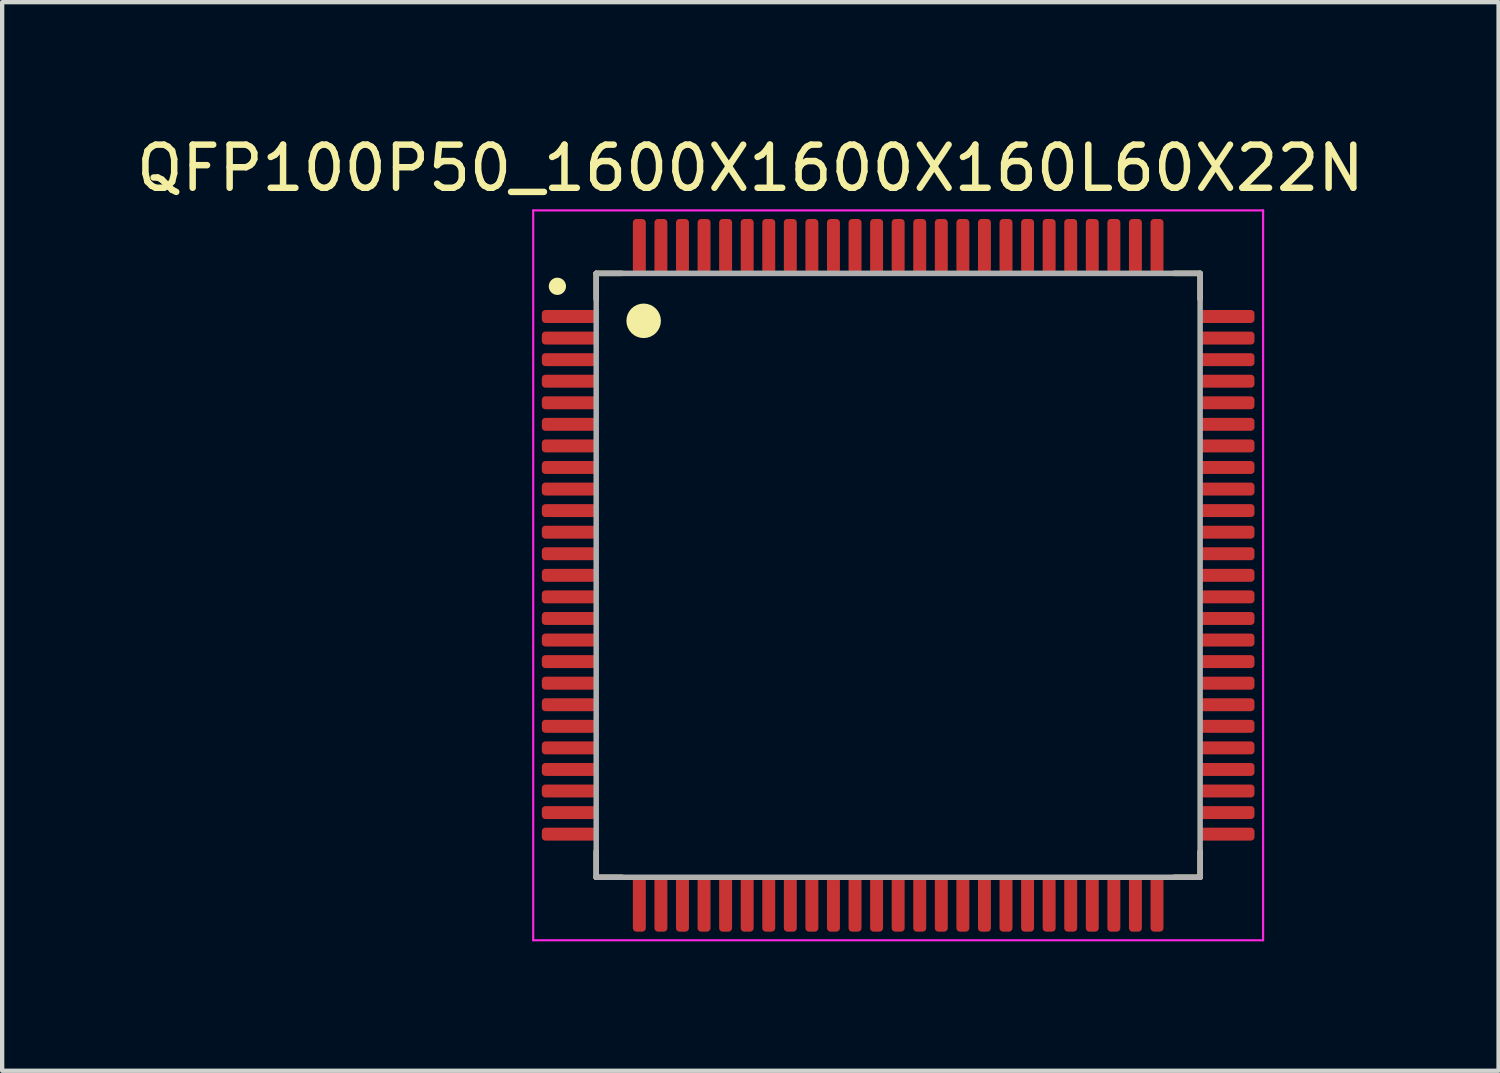
<source format=kicad_pcb>
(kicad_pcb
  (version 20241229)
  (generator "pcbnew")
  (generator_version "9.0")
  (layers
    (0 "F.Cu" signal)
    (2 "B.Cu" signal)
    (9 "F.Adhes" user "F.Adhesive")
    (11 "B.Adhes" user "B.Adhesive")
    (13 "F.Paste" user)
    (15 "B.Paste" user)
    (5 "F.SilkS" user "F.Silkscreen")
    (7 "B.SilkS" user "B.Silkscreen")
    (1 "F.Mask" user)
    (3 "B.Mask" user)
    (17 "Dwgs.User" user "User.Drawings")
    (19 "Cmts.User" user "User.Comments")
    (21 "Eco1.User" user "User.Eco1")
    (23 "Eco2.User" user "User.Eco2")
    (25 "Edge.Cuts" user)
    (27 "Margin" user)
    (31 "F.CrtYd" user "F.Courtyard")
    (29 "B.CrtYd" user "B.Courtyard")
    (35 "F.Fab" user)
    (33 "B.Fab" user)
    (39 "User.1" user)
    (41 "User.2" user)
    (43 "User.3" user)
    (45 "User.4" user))
  (footprint "QFP100P50_1600X1600X160L60X22N"
    (layer "F.Cu")
    (at 17.771 10.287)
    (property "Reference" "QFP100P50_1600X1600X160L60X22N" (at -3.426 -9.439 0) (layer "F.SilkS") (effects (font (size 1 1) (thickness 0.15))))
    (attr smd)
    (fp_line (start -7 -7) (end -7 -6.4) (stroke (width 0.127) (type solid)) (layer "F.SilkS"))
    (fp_line (start -7 6.4) (end -7 7) (stroke (width 0.127) (type solid)) (layer "F.SilkS"))
    (fp_line (start -7 7) (end -6.4 7) (stroke (width 0.127) (type solid)) (layer "F.SilkS"))
    (fp_line (start -6.4 -7) (end -7 -7) (stroke (width 0.127) (type solid)) (layer "F.SilkS"))
    (fp_line (start 6.4 -7) (end 7 -7) (stroke (width 0.127) (type solid)) (layer "F.SilkS"))
    (fp_line (start 7 -7) (end 7 -6.4) (stroke (width 0.127) (type solid)) (layer "F.SilkS"))
    (fp_line (start 7 6.4) (end 7 7) (stroke (width 0.127) (type solid)) (layer "F.SilkS"))
    (fp_line (start 7 7) (end 6.4 7) (stroke (width 0.127) (type solid)) (layer "F.SilkS"))
    (fp_circle (center -7.9 -6.7) (end -7.8 -6.7) (stroke (width 0.2) (type solid)) (fill no) (layer "F.SilkS"))
    (fp_circle (center -5.9 -5.9) (end -5.7 -5.9) (stroke (width 0.4) (type solid)) (fill no) (layer "F.SilkS"))
    (fp_line (start -8.46 -8.46) (end 8.46 -8.46) (stroke (width 0.05) (type solid)) (layer "F.CrtYd"))
    (fp_line (start -8.46 8.46) (end -8.46 -8.46) (stroke (width 0.05) (type solid)) (layer "F.CrtYd"))
    (fp_line (start 8.46 -8.46) (end 8.46 8.46) (stroke (width 0.05) (type solid)) (layer "F.CrtYd"))
    (fp_line (start 8.46 8.46) (end -8.46 8.46) (stroke (width 0.05) (type solid)) (layer "F.CrtYd"))
    (fp_line (start -7 -7) (end 7 -7) (stroke (width 0.127) (type solid)) (layer "F.Fab"))
    (fp_line (start -7 7) (end -7 -7) (stroke (width 0.127) (type solid)) (layer "F.Fab"))
    (fp_line (start 7 -7) (end 7 7) (stroke (width 0.127) (type solid)) (layer "F.Fab"))
    (fp_line (start 7 7) (end -7 7) (stroke (width 0.127) (type solid)) (layer "F.Fab"))
    (pad "1" smd roundrect (at -7.63 -6) (size 1.26 0.3) (layers "F.Cu" "F.Mask" "F.Paste") (roundrect_rratio 0.27))
    (pad "2" smd roundrect (at -7.63 -5.5) (size 1.26 0.3) (layers "F.Cu" "F.Mask" "F.Paste") (roundrect_rratio 0.27))
    (pad "3" smd roundrect (at -7.63 -5) (size 1.26 0.3) (layers "F.Cu" "F.Mask" "F.Paste") (roundrect_rratio 0.27))
    (pad "4" smd roundrect (at -7.63 -4.5) (size 1.26 0.3) (layers "F.Cu" "F.Mask" "F.Paste") (roundrect_rratio 0.27))
    (pad "5" smd roundrect (at -7.63 -4) (size 1.26 0.3) (layers "F.Cu" "F.Mask" "F.Paste") (roundrect_rratio 0.27))
    (pad "6" smd roundrect (at -7.63 -3.5) (size 1.26 0.3) (layers "F.Cu" "F.Mask" "F.Paste") (roundrect_rratio 0.27))
    (pad "7" smd roundrect (at -7.63 -3) (size 1.26 0.3) (layers "F.Cu" "F.Mask" "F.Paste") (roundrect_rratio 0.27))
    (pad "8" smd roundrect (at -7.63 -2.5) (size 1.26 0.3) (layers "F.Cu" "F.Mask" "F.Paste") (roundrect_rratio 0.27))
    (pad "9" smd roundrect (at -7.63 -2) (size 1.26 0.3) (layers "F.Cu" "F.Mask" "F.Paste") (roundrect_rratio 0.27))
    (pad "10" smd roundrect (at -7.63 -1.5) (size 1.26 0.3) (layers "F.Cu" "F.Mask" "F.Paste") (roundrect_rratio 0.27))
    (pad "11" smd roundrect (at -7.63 -1) (size 1.26 0.3) (layers "F.Cu" "F.Mask" "F.Paste") (roundrect_rratio 0.27))
    (pad "12" smd roundrect (at -7.63 -0.5) (size 1.26 0.3) (layers "F.Cu" "F.Mask" "F.Paste") (roundrect_rratio 0.27))
    (pad "13" smd roundrect (at -7.63 0) (size 1.26 0.3) (layers "F.Cu" "F.Mask" "F.Paste") (roundrect_rratio 0.27))
    (pad "14" smd roundrect (at -7.63 0.5) (size 1.26 0.3) (layers "F.Cu" "F.Mask" "F.Paste") (roundrect_rratio 0.27))
    (pad "15" smd roundrect (at -7.63 1) (size 1.26 0.3) (layers "F.Cu" "F.Mask" "F.Paste") (roundrect_rratio 0.27))
    (pad "16" smd roundrect (at -7.63 1.5) (size 1.26 0.3) (layers "F.Cu" "F.Mask" "F.Paste") (roundrect_rratio 0.27))
    (pad "17" smd roundrect (at -7.63 2) (size 1.26 0.3) (layers "F.Cu" "F.Mask" "F.Paste") (roundrect_rratio 0.27))
    (pad "18" smd roundrect (at -7.63 2.5) (size 1.26 0.3) (layers "F.Cu" "F.Mask" "F.Paste") (roundrect_rratio 0.27))
    (pad "19" smd roundrect (at -7.63 3) (size 1.26 0.3) (layers "F.Cu" "F.Mask" "F.Paste") (roundrect_rratio 0.27))
    (pad "20" smd roundrect (at -7.63 3.5) (size 1.26 0.3) (layers "F.Cu" "F.Mask" "F.Paste") (roundrect_rratio 0.27))
    (pad "21" smd roundrect (at -7.63 4) (size 1.26 0.3) (layers "F.Cu" "F.Mask" "F.Paste") (roundrect_rratio 0.27))
    (pad "22" smd roundrect (at -7.63 4.5) (size 1.26 0.3) (layers "F.Cu" "F.Mask" "F.Paste") (roundrect_rratio 0.27))
    (pad "23" smd roundrect (at -7.63 5) (size 1.26 0.3) (layers "F.Cu" "F.Mask" "F.Paste") (roundrect_rratio 0.27))
    (pad "24" smd roundrect (at -7.63 5.5) (size 1.26 0.3) (layers "F.Cu" "F.Mask" "F.Paste") (roundrect_rratio 0.27))
    (pad "25" smd roundrect (at -7.63 6) (size 1.26 0.3) (layers "F.Cu" "F.Mask" "F.Paste") (roundrect_rratio 0.27))
    (pad "26" smd roundrect (at -6 7.63) (size 0.3 1.26) (layers "F.Cu" "F.Mask" "F.Paste") (roundrect_rratio 0.27))
    (pad "27" smd roundrect (at -5.5 7.63) (size 0.3 1.26) (layers "F.Cu" "F.Mask" "F.Paste") (roundrect_rratio 0.27))
    (pad "28" smd roundrect (at -5 7.63) (size 0.3 1.26) (layers "F.Cu" "F.Mask" "F.Paste") (roundrect_rratio 0.27))
    (pad "29" smd roundrect (at -4.5 7.63) (size 0.3 1.26) (layers "F.Cu" "F.Mask" "F.Paste") (roundrect_rratio 0.27))
    (pad "30" smd roundrect (at -4 7.63) (size 0.3 1.26) (layers "F.Cu" "F.Mask" "F.Paste") (roundrect_rratio 0.27))
    (pad "31" smd roundrect (at -3.5 7.63) (size 0.3 1.26) (layers "F.Cu" "F.Mask" "F.Paste") (roundrect_rratio 0.27))
    (pad "32" smd roundrect (at -3 7.63) (size 0.3 1.26) (layers "F.Cu" "F.Mask" "F.Paste") (roundrect_rratio 0.27))
    (pad "33" smd roundrect (at -2.5 7.63) (size 0.3 1.26) (layers "F.Cu" "F.Mask" "F.Paste") (roundrect_rratio 0.27))
    (pad "34" smd roundrect (at -2 7.63) (size 0.3 1.26) (layers "F.Cu" "F.Mask" "F.Paste") (roundrect_rratio 0.27))
    (pad "35" smd roundrect (at -1.5 7.63) (size 0.3 1.26) (layers "F.Cu" "F.Mask" "F.Paste") (roundrect_rratio 0.27))
    (pad "36" smd roundrect (at -1 7.63) (size 0.3 1.26) (layers "F.Cu" "F.Mask" "F.Paste") (roundrect_rratio 0.27))
    (pad "37" smd roundrect (at -0.5 7.63) (size 0.3 1.26) (layers "F.Cu" "F.Mask" "F.Paste") (roundrect_rratio 0.27))
    (pad "38" smd roundrect (at 0 7.63) (size 0.3 1.26) (layers "F.Cu" "F.Mask" "F.Paste") (roundrect_rratio 0.27))
    (pad "39" smd roundrect (at 0.5 7.63) (size 0.3 1.26) (layers "F.Cu" "F.Mask" "F.Paste") (roundrect_rratio 0.27))
    (pad "40" smd roundrect (at 1 7.63) (size 0.3 1.26) (layers "F.Cu" "F.Mask" "F.Paste") (roundrect_rratio 0.27))
    (pad "41" smd roundrect (at 1.5 7.63) (size 0.3 1.26) (layers "F.Cu" "F.Mask" "F.Paste") (roundrect_rratio 0.27))
    (pad "42" smd roundrect (at 2 7.63) (size 0.3 1.26) (layers "F.Cu" "F.Mask" "F.Paste") (roundrect_rratio 0.27))
    (pad "43" smd roundrect (at 2.5 7.63) (size 0.3 1.26) (layers "F.Cu" "F.Mask" "F.Paste") (roundrect_rratio 0.27))
    (pad "44" smd roundrect (at 3 7.63) (size 0.3 1.26) (layers "F.Cu" "F.Mask" "F.Paste") (roundrect_rratio 0.27))
    (pad "45" smd roundrect (at 3.5 7.63) (size 0.3 1.26) (layers "F.Cu" "F.Mask" "F.Paste") (roundrect_rratio 0.27))
    (pad "46" smd roundrect (at 4 7.63) (size 0.3 1.26) (layers "F.Cu" "F.Mask" "F.Paste") (roundrect_rratio 0.27))
    (pad "47" smd roundrect (at 4.5 7.63) (size 0.3 1.26) (layers "F.Cu" "F.Mask" "F.Paste") (roundrect_rratio 0.27))
    (pad "48" smd roundrect (at 5 7.63) (size 0.3 1.26) (layers "F.Cu" "F.Mask" "F.Paste") (roundrect_rratio 0.27))
    (pad "49" smd roundrect (at 5.5 7.63) (size 0.3 1.26) (layers "F.Cu" "F.Mask" "F.Paste") (roundrect_rratio 0.27))
    (pad "50" smd roundrect (at 6 7.63) (size 0.3 1.26) (layers "F.Cu" "F.Mask" "F.Paste") (roundrect_rratio 0.27))
    (pad "51" smd roundrect (at 7.63 6) (size 1.26 0.3) (layers "F.Cu" "F.Mask" "F.Paste") (roundrect_rratio 0.27))
    (pad "52" smd roundrect (at 7.63 5.5) (size 1.26 0.3) (layers "F.Cu" "F.Mask" "F.Paste") (roundrect_rratio 0.27))
    (pad "53" smd roundrect (at 7.63 5) (size 1.26 0.3) (layers "F.Cu" "F.Mask" "F.Paste") (roundrect_rratio 0.27))
    (pad "54" smd roundrect (at 7.63 4.5) (size 1.26 0.3) (layers "F.Cu" "F.Mask" "F.Paste") (roundrect_rratio 0.27))
    (pad "55" smd roundrect (at 7.63 4) (size 1.26 0.3) (layers "F.Cu" "F.Mask" "F.Paste") (roundrect_rratio 0.27))
    (pad "56" smd roundrect (at 7.63 3.5) (size 1.26 0.3) (layers "F.Cu" "F.Mask" "F.Paste") (roundrect_rratio 0.27))
    (pad "57" smd roundrect (at 7.63 3) (size 1.26 0.3) (layers "F.Cu" "F.Mask" "F.Paste") (roundrect_rratio 0.27))
    (pad "58" smd roundrect (at 7.63 2.5) (size 1.26 0.3) (layers "F.Cu" "F.Mask" "F.Paste") (roundrect_rratio 0.27))
    (pad "59" smd roundrect (at 7.63 2) (size 1.26 0.3) (layers "F.Cu" "F.Mask" "F.Paste") (roundrect_rratio 0.27))
    (pad "60" smd roundrect (at 7.63 1.5) (size 1.26 0.3) (layers "F.Cu" "F.Mask" "F.Paste") (roundrect_rratio 0.27))
    (pad "61" smd roundrect (at 7.63 1) (size 1.26 0.3) (layers "F.Cu" "F.Mask" "F.Paste") (roundrect_rratio 0.27))
    (pad "62" smd roundrect (at 7.63 0.5) (size 1.26 0.3) (layers "F.Cu" "F.Mask" "F.Paste") (roundrect_rratio 0.27))
    (pad "63" smd roundrect (at 7.63 0) (size 1.26 0.3) (layers "F.Cu" "F.Mask" "F.Paste") (roundrect_rratio 0.27))
    (pad "64" smd roundrect (at 7.63 -0.5) (size 1.26 0.3) (layers "F.Cu" "F.Mask" "F.Paste") (roundrect_rratio 0.27))
    (pad "65" smd roundrect (at 7.63 -1) (size 1.26 0.3) (layers "F.Cu" "F.Mask" "F.Paste") (roundrect_rratio 0.27))
    (pad "66" smd roundrect (at 7.63 -1.5) (size 1.26 0.3) (layers "F.Cu" "F.Mask" "F.Paste") (roundrect_rratio 0.27))
    (pad "67" smd roundrect (at 7.63 -2) (size 1.26 0.3) (layers "F.Cu" "F.Mask" "F.Paste") (roundrect_rratio 0.27))
    (pad "68" smd roundrect (at 7.63 -2.5) (size 1.26 0.3) (layers "F.Cu" "F.Mask" "F.Paste") (roundrect_rratio 0.27))
    (pad "69" smd roundrect (at 7.63 -3) (size 1.26 0.3) (layers "F.Cu" "F.Mask" "F.Paste") (roundrect_rratio 0.27))
    (pad "70" smd roundrect (at 7.63 -3.5) (size 1.26 0.3) (layers "F.Cu" "F.Mask" "F.Paste") (roundrect_rratio 0.27))
    (pad "71" smd roundrect (at 7.63 -4) (size 1.26 0.3) (layers "F.Cu" "F.Mask" "F.Paste") (roundrect_rratio 0.27))
    (pad "72" smd roundrect (at 7.63 -4.5) (size 1.26 0.3) (layers "F.Cu" "F.Mask" "F.Paste") (roundrect_rratio 0.27))
    (pad "73" smd roundrect (at 7.63 -5) (size 1.26 0.3) (layers "F.Cu" "F.Mask" "F.Paste") (roundrect_rratio 0.27))
    (pad "74" smd roundrect (at 7.63 -5.5) (size 1.26 0.3) (layers "F.Cu" "F.Mask" "F.Paste") (roundrect_rratio 0.27))
    (pad "75" smd roundrect (at 7.63 -6) (size 1.26 0.3) (layers "F.Cu" "F.Mask" "F.Paste") (roundrect_rratio 0.27))
    (pad "76" smd roundrect (at 6 -7.63) (size 0.3 1.26) (layers "F.Cu" "F.Mask" "F.Paste") (roundrect_rratio 0.27))
    (pad "77" smd roundrect (at 5.5 -7.63) (size 0.3 1.26) (layers "F.Cu" "F.Mask" "F.Paste") (roundrect_rratio 0.27))
    (pad "78" smd roundrect (at 5 -7.63) (size 0.3 1.26) (layers "F.Cu" "F.Mask" "F.Paste") (roundrect_rratio 0.27))
    (pad "79" smd roundrect (at 4.5 -7.63) (size 0.3 1.26) (layers "F.Cu" "F.Mask" "F.Paste") (roundrect_rratio 0.27))
    (pad "80" smd roundrect (at 4 -7.63) (size 0.3 1.26) (layers "F.Cu" "F.Mask" "F.Paste") (roundrect_rratio 0.27))
    (pad "81" smd roundrect (at 3.5 -7.63) (size 0.3 1.26) (layers "F.Cu" "F.Mask" "F.Paste") (roundrect_rratio 0.27))
    (pad "82" smd roundrect (at 3 -7.63) (size 0.3 1.26) (layers "F.Cu" "F.Mask" "F.Paste") (roundrect_rratio 0.27))
    (pad "83" smd roundrect (at 2.5 -7.63) (size 0.3 1.26) (layers "F.Cu" "F.Mask" "F.Paste") (roundrect_rratio 0.27))
    (pad "84" smd roundrect (at 2 -7.63) (size 0.3 1.26) (layers "F.Cu" "F.Mask" "F.Paste") (roundrect_rratio 0.27))
    (pad "85" smd roundrect (at 1.5 -7.63) (size 0.3 1.26) (layers "F.Cu" "F.Mask" "F.Paste") (roundrect_rratio 0.27))
    (pad "86" smd roundrect (at 1 -7.63) (size 0.3 1.26) (layers "F.Cu" "F.Mask" "F.Paste") (roundrect_rratio 0.27))
    (pad "87" smd roundrect (at 0.5 -7.63) (size 0.3 1.26) (layers "F.Cu" "F.Mask" "F.Paste") (roundrect_rratio 0.27))
    (pad "88" smd roundrect (at 0 -7.63) (size 0.3 1.26) (layers "F.Cu" "F.Mask" "F.Paste") (roundrect_rratio 0.27))
    (pad "89" smd roundrect (at -0.5 -7.63) (size 0.3 1.26) (layers "F.Cu" "F.Mask" "F.Paste") (roundrect_rratio 0.27))
    (pad "90" smd roundrect (at -1 -7.63) (size 0.3 1.26) (layers "F.Cu" "F.Mask" "F.Paste") (roundrect_rratio 0.27))
    (pad "91" smd roundrect (at -1.5 -7.63) (size 0.3 1.26) (layers "F.Cu" "F.Mask" "F.Paste") (roundrect_rratio 0.27))
    (pad "92" smd roundrect (at -2 -7.63) (size 0.3 1.26) (layers "F.Cu" "F.Mask" "F.Paste") (roundrect_rratio 0.27))
    (pad "93" smd roundrect (at -2.5 -7.63) (size 0.3 1.26) (layers "F.Cu" "F.Mask" "F.Paste") (roundrect_rratio 0.27))
    (pad "94" smd roundrect (at -3 -7.63) (size 0.3 1.26) (layers "F.Cu" "F.Mask" "F.Paste") (roundrect_rratio 0.27))
    (pad "95" smd roundrect (at -3.5 -7.63) (size 0.3 1.26) (layers "F.Cu" "F.Mask" "F.Paste") (roundrect_rratio 0.27))
    (pad "96" smd roundrect (at -4 -7.63) (size 0.3 1.26) (layers "F.Cu" "F.Mask" "F.Paste") (roundrect_rratio 0.27))
    (pad "97" smd roundrect (at -4.5 -7.63) (size 0.3 1.26) (layers "F.Cu" "F.Mask" "F.Paste") (roundrect_rratio 0.27))
    (pad "98" smd roundrect (at -5 -7.63) (size 0.3 1.26) (layers "F.Cu" "F.Mask" "F.Paste") (roundrect_rratio 0.27))
    (pad "99" smd roundrect (at -5.5 -7.63) (size 0.3 1.26) (layers "F.Cu" "F.Mask" "F.Paste") (roundrect_rratio 0.27))
    (pad "100" smd roundrect (at -6 -7.63) (size 0.3 1.26) (layers "F.Cu" "F.Mask" "F.Paste") (roundrect_rratio 0.27)))
  (gr_rect
    (start -3 -3)
    (end 31.689 21.772)
    (stroke (width 0.1) (type default))
    (fill no)
    (layer "Edge.Cuts")))
</source>
